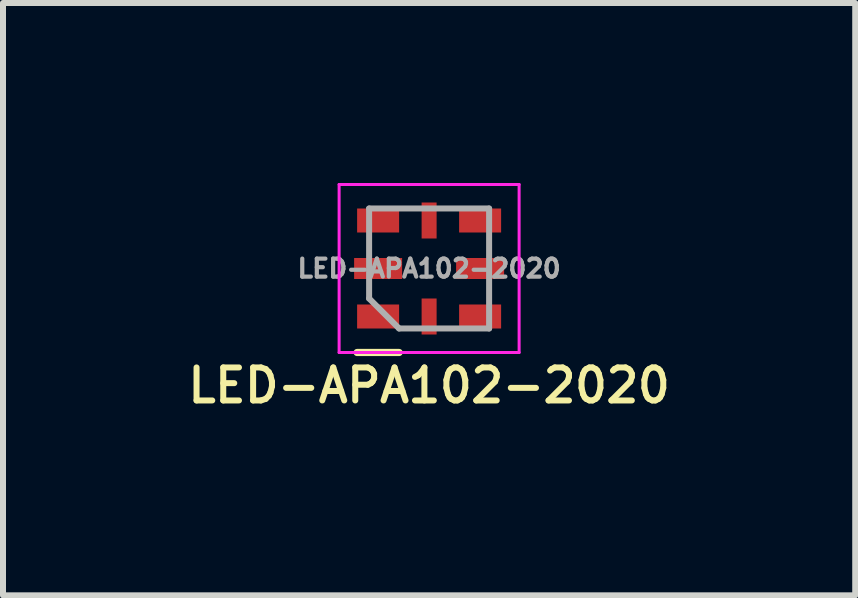
<source format=kicad_pcb>
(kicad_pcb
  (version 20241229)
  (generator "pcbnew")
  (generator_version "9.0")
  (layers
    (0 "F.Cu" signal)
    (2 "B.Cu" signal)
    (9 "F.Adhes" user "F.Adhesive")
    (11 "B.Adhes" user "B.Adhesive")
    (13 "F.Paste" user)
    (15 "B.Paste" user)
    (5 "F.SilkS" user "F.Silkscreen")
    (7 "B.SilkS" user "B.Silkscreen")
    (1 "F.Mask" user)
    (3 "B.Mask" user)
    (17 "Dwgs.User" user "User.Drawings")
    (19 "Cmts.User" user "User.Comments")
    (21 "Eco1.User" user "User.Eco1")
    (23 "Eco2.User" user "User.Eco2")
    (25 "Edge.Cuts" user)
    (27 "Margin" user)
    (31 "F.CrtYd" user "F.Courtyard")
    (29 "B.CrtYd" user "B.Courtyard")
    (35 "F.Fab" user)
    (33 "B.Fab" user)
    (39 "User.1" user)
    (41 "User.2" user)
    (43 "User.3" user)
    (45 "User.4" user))
  (footprint "LED-APA102-2020"
    (layer "F.Cu")
    (at 4.102 1.425)
    (property "Reference" "LED-APA102-2020" (at 0 1.95 0) (layer "F.SilkS") (effects (font (size 0.55 0.55) (thickness 0.1))))
    (attr smd)
    (fp_line (start -1.2 1.4) (end -0.5 1.4) (stroke (width 0.12) (type solid)) (layer "F.SilkS"))
    (fp_line (start -1.5 -1.4) (end -1.5 1.4) (stroke (width 0.05) (type solid)) (layer "F.CrtYd"))
    (fp_line (start -1.5 -1.4) (end 1.5 -1.4) (stroke (width 0.05) (type solid)) (layer "F.CrtYd"))
    (fp_line (start 1.5 -1.4) (end 1.5 1.4) (stroke (width 0.05) (type solid)) (layer "F.CrtYd"))
    (fp_line (start 1.5 1.4) (end -1.5 1.4) (stroke (width 0.05) (type solid)) (layer "F.CrtYd"))
    (fp_line (start -1 -1) (end 1 -1) (stroke (width 0.1) (type solid)) (layer "F.Fab"))
    (fp_line (start -1 0.5) (end -1 -1) (stroke (width 0.1) (type solid)) (layer "F.Fab"))
    (fp_line (start -1 0.5) (end -0.5 1) (stroke (width 0.1) (type solid)) (layer "F.Fab"))
    (fp_line (start 1 -1) (end 1 1) (stroke (width 0.1) (type solid)) (layer "F.Fab"))
    (fp_line (start 1 1) (end -0.5 1) (stroke (width 0.1) (type solid)) (layer "F.Fab"))
    (fp_text user "${REFERENCE}" (at 0 0 0) (layer "F.Fab") (effects (font (size 0.3 0.3) (thickness 0.07))))
    (pad "1" smd rect (at -0.85 -0.8) (size 0.7 0.4) (layers "F.Cu" "F.Mask" "F.Paste"))
    (pad "1" smd rect (at 0 -0.8 90) (size 0.6 0.25) (layers "F.Cu" "F.Mask" "F.Paste"))
    (pad "2" smd rect (at -0.85 0) (size 0.8 0.35) (layers "F.Cu" "F.Mask" "F.Paste"))
    (pad "3" smd rect (at -0.85 0.8) (size 0.7 0.4) (layers "F.Cu" "F.Mask" "F.Paste"))
    (pad "4" smd rect (at 0.85 0.8) (size 0.7 0.4) (layers "F.Cu" "F.Mask" "F.Paste"))
    (pad "5" smd rect (at 0.85 0) (size 0.8 0.35) (layers "F.Cu" "F.Mask" "F.Paste"))
    (pad "6" smd rect (at 0 0.8 90) (size 0.6 0.25) (layers "F.Cu" "F.Mask" "F.Paste"))
    (pad "6" smd rect (at 0.85 -0.8) (size 0.7 0.4) (layers "F.Cu" "F.Mask" "F.Paste")))
  (gr_rect
    (start -3 -3)
    (end 11.204 6.872)
    (stroke (width 0.1) (type default))
    (fill no)
    (layer "Edge.Cuts")))
</source>
